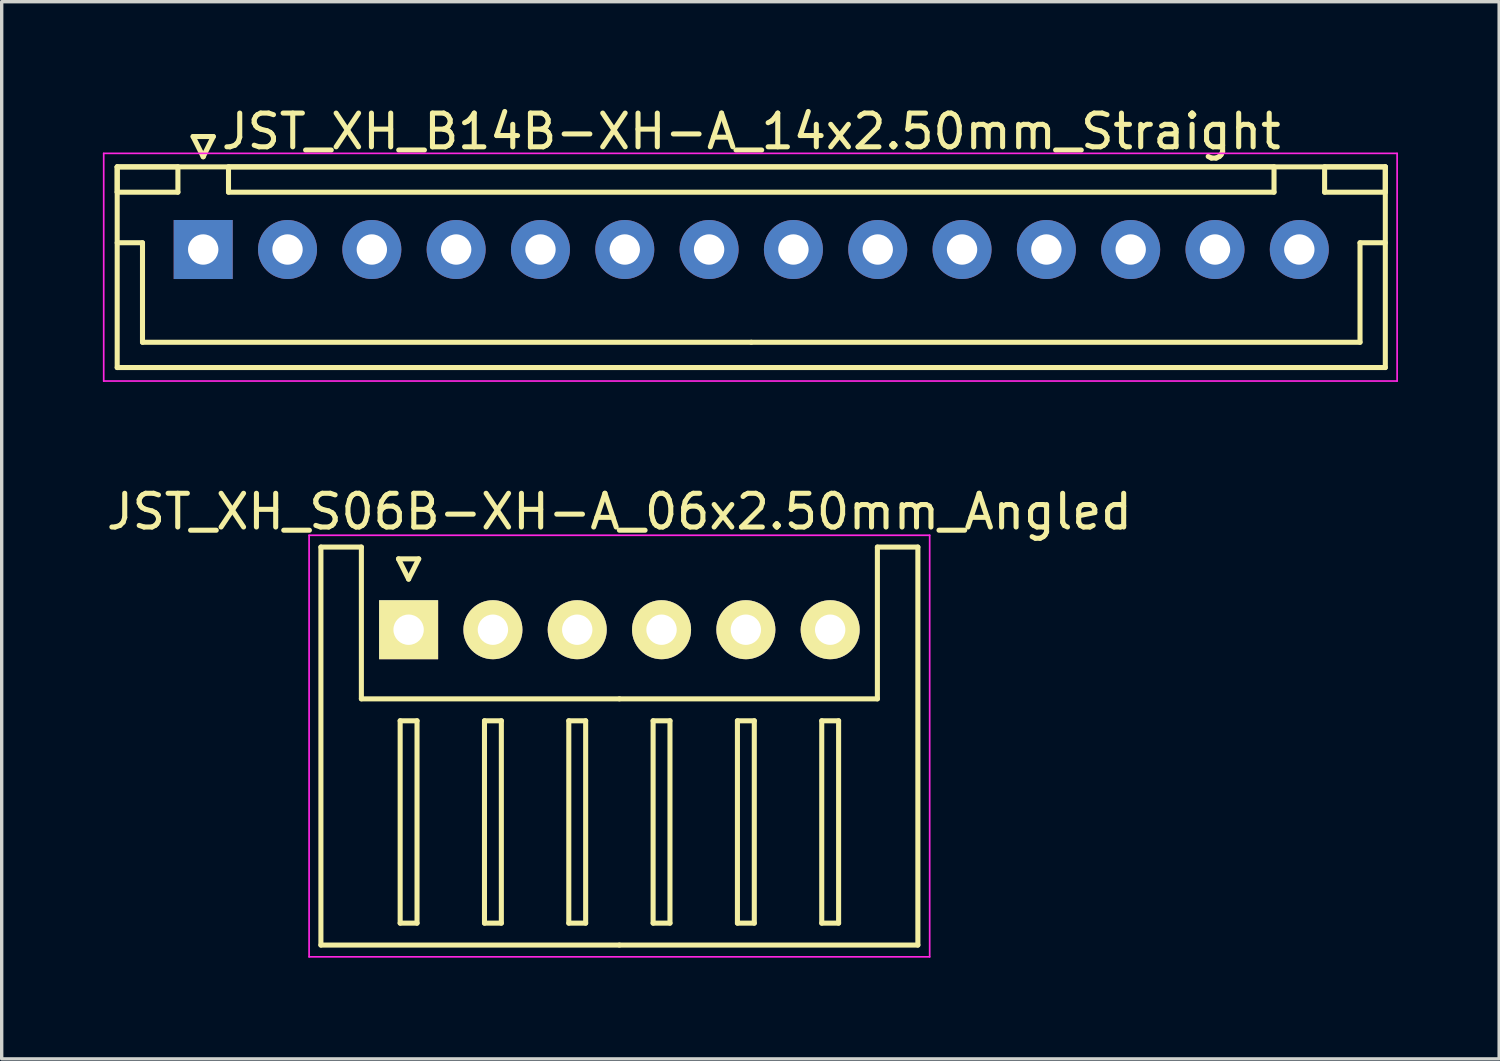
<source format=kicad_pcb>
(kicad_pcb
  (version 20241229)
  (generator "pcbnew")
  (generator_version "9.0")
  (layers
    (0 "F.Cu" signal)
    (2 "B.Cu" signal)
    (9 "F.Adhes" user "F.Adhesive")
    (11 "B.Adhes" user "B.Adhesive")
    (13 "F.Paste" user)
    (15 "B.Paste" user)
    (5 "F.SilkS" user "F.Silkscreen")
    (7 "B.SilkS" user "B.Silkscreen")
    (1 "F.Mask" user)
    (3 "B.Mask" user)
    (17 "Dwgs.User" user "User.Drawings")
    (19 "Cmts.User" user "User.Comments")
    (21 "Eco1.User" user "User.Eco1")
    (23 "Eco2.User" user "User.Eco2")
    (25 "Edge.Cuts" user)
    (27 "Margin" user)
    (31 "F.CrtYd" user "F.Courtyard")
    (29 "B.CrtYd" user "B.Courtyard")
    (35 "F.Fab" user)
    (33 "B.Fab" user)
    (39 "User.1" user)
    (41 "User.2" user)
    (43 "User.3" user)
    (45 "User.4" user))
  (footprint "JST_XH_S06B-XH-A_06x2.50mm_Angled"
    (layer "F.Cu")
    (at 9.065 15.621)
    (property "Reference" "JST_XH_S06B-XH-A_06x2.50mm_Angled" (at 6.25 -3.5 0) (layer "F.SilkS") (effects (font (size 1 1) (thickness 0.15))))
    (attr through_hole)
    (fp_line (start -2.6 -2.45) (end -1.4 -2.45) (stroke (width 0.15) (type solid)) (layer "F.SilkS"))
    (fp_line (start -2.6 9.35) (end -2.6 -2.45) (stroke (width 0.15) (type solid)) (layer "F.SilkS"))
    (fp_line (start -1.4 -2.45) (end -1.4 2.05) (stroke (width 0.15) (type solid)) (layer "F.SilkS"))
    (fp_line (start -1.4 2.05) (end 6.25 2.05) (stroke (width 0.15) (type solid)) (layer "F.SilkS"))
    (fp_line (start -0.3 -2.1) (end 0.3 -2.1) (stroke (width 0.15) (type solid)) (layer "F.SilkS"))
    (fp_line (start -0.25 2.7) (end -0.25 8.7) (stroke (width 0.15) (type solid)) (layer "F.SilkS"))
    (fp_line (start -0.25 8.7) (end 0.25 8.7) (stroke (width 0.15) (type solid)) (layer "F.SilkS"))
    (fp_line (start 0 -1.5) (end -0.3 -2.1) (stroke (width 0.15) (type solid)) (layer "F.SilkS"))
    (fp_line (start 0.25 2.7) (end -0.25 2.7) (stroke (width 0.15) (type solid)) (layer "F.SilkS"))
    (fp_line (start 0.25 8.7) (end 0.25 2.7) (stroke (width 0.15) (type solid)) (layer "F.SilkS"))
    (fp_line (start 0.3 -2.1) (end 0 -1.5) (stroke (width 0.15) (type solid)) (layer "F.SilkS"))
    (fp_line (start 2.25 2.7) (end 2.25 8.7) (stroke (width 0.15) (type solid)) (layer "F.SilkS"))
    (fp_line (start 2.25 8.7) (end 2.75 8.7) (stroke (width 0.15) (type solid)) (layer "F.SilkS"))
    (fp_line (start 2.75 2.7) (end 2.25 2.7) (stroke (width 0.15) (type solid)) (layer "F.SilkS"))
    (fp_line (start 2.75 8.7) (end 2.75 2.7) (stroke (width 0.15) (type solid)) (layer "F.SilkS"))
    (fp_line (start 4.75 2.7) (end 4.75 8.7) (stroke (width 0.15) (type solid)) (layer "F.SilkS"))
    (fp_line (start 4.75 8.7) (end 5.25 8.7) (stroke (width 0.15) (type solid)) (layer "F.SilkS"))
    (fp_line (start 5.25 2.7) (end 4.75 2.7) (stroke (width 0.15) (type solid)) (layer "F.SilkS"))
    (fp_line (start 5.25 8.7) (end 5.25 2.7) (stroke (width 0.15) (type solid)) (layer "F.SilkS"))
    (fp_line (start 6.25 9.35) (end -2.6 9.35) (stroke (width 0.15) (type solid)) (layer "F.SilkS"))
    (fp_line (start 6.25 9.35) (end 15.1 9.35) (stroke (width 0.15) (type solid)) (layer "F.SilkS"))
    (fp_line (start 7.25 2.7) (end 7.25 8.7) (stroke (width 0.15) (type solid)) (layer "F.SilkS"))
    (fp_line (start 7.25 8.7) (end 7.75 8.7) (stroke (width 0.15) (type solid)) (layer "F.SilkS"))
    (fp_line (start 7.75 2.7) (end 7.25 2.7) (stroke (width 0.15) (type solid)) (layer "F.SilkS"))
    (fp_line (start 7.75 8.7) (end 7.75 2.7) (stroke (width 0.15) (type solid)) (layer "F.SilkS"))
    (fp_line (start 9.75 2.7) (end 9.75 8.7) (stroke (width 0.15) (type solid)) (layer "F.SilkS"))
    (fp_line (start 9.75 8.7) (end 10.25 8.7) (stroke (width 0.15) (type solid)) (layer "F.SilkS"))
    (fp_line (start 10.25 2.7) (end 9.75 2.7) (stroke (width 0.15) (type solid)) (layer "F.SilkS"))
    (fp_line (start 10.25 8.7) (end 10.25 2.7) (stroke (width 0.15) (type solid)) (layer "F.SilkS"))
    (fp_line (start 12.25 2.7) (end 12.25 8.7) (stroke (width 0.15) (type solid)) (layer "F.SilkS"))
    (fp_line (start 12.25 8.7) (end 12.75 8.7) (stroke (width 0.15) (type solid)) (layer "F.SilkS"))
    (fp_line (start 12.75 2.7) (end 12.25 2.7) (stroke (width 0.15) (type solid)) (layer "F.SilkS"))
    (fp_line (start 12.75 8.7) (end 12.75 2.7) (stroke (width 0.15) (type solid)) (layer "F.SilkS"))
    (fp_line (start 13.9 -2.45) (end 13.9 2.05) (stroke (width 0.15) (type solid)) (layer "F.SilkS"))
    (fp_line (start 13.9 2.05) (end 6.25 2.05) (stroke (width 0.15) (type solid)) (layer "F.SilkS"))
    (fp_line (start 15.1 -2.45) (end 13.9 -2.45) (stroke (width 0.15) (type solid)) (layer "F.SilkS"))
    (fp_line (start 15.1 9.35) (end 15.1 -2.45) (stroke (width 0.15) (type solid)) (layer "F.SilkS"))
    (fp_line (start -2.95 -2.8) (end -2.95 9.7) (stroke (width 0.05) (type solid)) (layer "F.CrtYd"))
    (fp_line (start -2.95 9.7) (end 15.45 9.7) (stroke (width 0.05) (type solid)) (layer "F.CrtYd"))
    (fp_line (start 15.45 -2.8) (end -2.95 -2.8) (stroke (width 0.05) (type solid)) (layer "F.CrtYd"))
    (fp_line (start 15.45 9.7) (end 15.45 -2.8) (stroke (width 0.05) (type solid)) (layer "F.CrtYd"))
    (pad "1" thru_hole rect (at 0 0) (size 1.75 1.75) (drill 0.9) (layers "*.Cu" "*.Mask" "F.SilkS"))
    (pad "2" thru_hole circle (at 2.5 0) (size 1.75 1.75) (drill 0.9) (layers "*.Cu" "*.Mask" "F.SilkS"))
    (pad "3" thru_hole circle (at 5 0) (size 1.75 1.75) (drill 0.9) (layers "*.Cu" "*.Mask" "F.SilkS"))
    (pad "4" thru_hole circle (at 7.5 0) (size 1.75 1.75) (drill 0.9) (layers "*.Cu" "*.Mask" "F.SilkS"))
    (pad "5" thru_hole circle (at 10 0) (size 1.75 1.75) (drill 0.9) (layers "*.Cu" "*.Mask" "F.SilkS"))
    (pad "6" thru_hole circle (at 12.5 0) (size 1.75 1.75) (drill 0.9) (layers "*.Cu" "*.Mask" "F.SilkS")))
  (footprint "JST_XH_B14B-XH-A_14x2.50mm_Straight"
    (layer "F.Cu")
    (at 2.975 4.348)
    (property "Reference" "JST_XH_B14B-XH-A_14x2.50mm_Straight" (at 16.25 -3.5 0) (layer "F.SilkS") (effects (font (size 1 1) (thickness 0.15))))
    (attr through_hole)
    (fp_line (start -2.55 -2.45) (end -2.55 -1.7) (stroke (width 0.15) (type solid)) (layer "F.SilkS"))
    (fp_line (start -2.55 -2.45) (end -2.55 3.5) (stroke (width 0.15) (type solid)) (layer "F.SilkS"))
    (fp_line (start -2.55 -1.7) (end -0.75 -1.7) (stroke (width 0.15) (type solid)) (layer "F.SilkS"))
    (fp_line (start -2.55 -0.2) (end -1.8 -0.2) (stroke (width 0.15) (type solid)) (layer "F.SilkS"))
    (fp_line (start -2.55 3.5) (end 35.05 3.5) (stroke (width 0.15) (type solid)) (layer "F.SilkS"))
    (fp_line (start -1.8 -0.2) (end -1.8 2.75) (stroke (width 0.15) (type solid)) (layer "F.SilkS"))
    (fp_line (start -1.8 2.75) (end 16.25 2.75) (stroke (width 0.15) (type solid)) (layer "F.SilkS"))
    (fp_line (start -0.75 -2.45) (end -2.55 -2.45) (stroke (width 0.15) (type solid)) (layer "F.SilkS"))
    (fp_line (start -0.75 -1.7) (end -0.75 -2.45) (stroke (width 0.15) (type solid)) (layer "F.SilkS"))
    (fp_line (start -0.3 -3.35) (end 0.3 -3.35) (stroke (width 0.15) (type solid)) (layer "F.SilkS"))
    (fp_line (start 0 -2.75) (end -0.3 -3.35) (stroke (width 0.15) (type solid)) (layer "F.SilkS"))
    (fp_line (start 0.3 -3.35) (end 0 -2.75) (stroke (width 0.15) (type solid)) (layer "F.SilkS"))
    (fp_line (start 0.75 -2.45) (end 0.75 -1.7) (stroke (width 0.15) (type solid)) (layer "F.SilkS"))
    (fp_line (start 0.75 -1.7) (end 31.75 -1.7) (stroke (width 0.15) (type solid)) (layer "F.SilkS"))
    (fp_line (start 31.75 -2.45) (end 0.75 -2.45) (stroke (width 0.15) (type solid)) (layer "F.SilkS"))
    (fp_line (start 31.75 -1.7) (end 31.75 -2.45) (stroke (width 0.15) (type solid)) (layer "F.SilkS"))
    (fp_line (start 33.25 -2.45) (end 33.25 -1.7) (stroke (width 0.15) (type solid)) (layer "F.SilkS"))
    (fp_line (start 33.25 -1.7) (end 35.05 -1.7) (stroke (width 0.15) (type solid)) (layer "F.SilkS"))
    (fp_line (start 34.3 -0.2) (end 34.3 2.75) (stroke (width 0.15) (type solid)) (layer "F.SilkS"))
    (fp_line (start 34.3 2.75) (end 16.25 2.75) (stroke (width 0.15) (type solid)) (layer "F.SilkS"))
    (fp_line (start 35.05 -2.45) (end -2.55 -2.45) (stroke (width 0.15) (type solid)) (layer "F.SilkS"))
    (fp_line (start 35.05 -2.45) (end 33.25 -2.45) (stroke (width 0.15) (type solid)) (layer "F.SilkS"))
    (fp_line (start 35.05 -1.7) (end 35.05 -2.45) (stroke (width 0.15) (type solid)) (layer "F.SilkS"))
    (fp_line (start 35.05 -0.2) (end 34.3 -0.2) (stroke (width 0.15) (type solid)) (layer "F.SilkS"))
    (fp_line (start 35.05 3.5) (end 35.05 -2.45) (stroke (width 0.15) (type solid)) (layer "F.SilkS"))
    (fp_line (start -2.95 -2.85) (end -2.95 3.9) (stroke (width 0.05) (type solid)) (layer "F.CrtYd"))
    (fp_line (start -2.95 3.9) (end 35.4 3.9) (stroke (width 0.05) (type solid)) (layer "F.CrtYd"))
    (fp_line (start 35.4 -2.85) (end -2.95 -2.85) (stroke (width 0.05) (type solid)) (layer "F.CrtYd"))
    (fp_line (start 35.4 3.9) (end 35.4 -2.85) (stroke (width 0.05) (type solid)) (layer "F.CrtYd"))
    (pad "1" thru_hole rect (at 0 0) (size 1.75 1.75) (drill 0.9) (layers "*.Cu" "*.Mask"))
    (pad "2" thru_hole circle (at 2.5 0) (size 1.75 1.75) (drill 0.9) (layers "*.Cu" "*.Mask"))
    (pad "3" thru_hole circle (at 5 0) (size 1.75 1.75) (drill 0.9) (layers "*.Cu" "*.Mask"))
    (pad "4" thru_hole circle (at 7.5 0) (size 1.75 1.75) (drill 0.9) (layers "*.Cu" "*.Mask"))
    (pad "5" thru_hole circle (at 10 0) (size 1.75 1.75) (drill 0.9) (layers "*.Cu" "*.Mask"))
    (pad "6" thru_hole circle (at 12.5 0) (size 1.75 1.75) (drill 0.9) (layers "*.Cu" "*.Mask"))
    (pad "7" thru_hole circle (at 15 0) (size 1.75 1.75) (drill 0.9) (layers "*.Cu" "*.Mask"))
    (pad "8" thru_hole circle (at 17.5 0) (size 1.75 1.75) (drill 0.9) (layers "*.Cu" "*.Mask"))
    (pad "9" thru_hole circle (at 20 0) (size 1.75 1.75) (drill 0.9) (layers "*.Cu" "*.Mask"))
    (pad "10" thru_hole circle (at 22.5 0) (size 1.75 1.75) (drill 0.9) (layers "*.Cu" "*.Mask"))
    (pad "11" thru_hole circle (at 25 0) (size 1.75 1.75) (drill 0.9) (layers "*.Cu" "*.Mask"))
    (pad "12" thru_hole circle (at 27.5 0) (size 1.75 1.75) (drill 0.9) (layers "*.Cu" "*.Mask"))
    (pad "13" thru_hole circle (at 30 0) (size 1.75 1.75) (drill 0.9) (layers "*.Cu" "*.Mask"))
    (pad "14" thru_hole circle (at 32.5 0) (size 1.75 1.75) (drill 0.9) (layers "*.Cu" "*.Mask")))
  (gr_rect
    (start -3 -3)
    (end 41.4 28.346)
    (stroke (width 0.1) (type default))
    (fill no)
    (layer "Edge.Cuts")))
</source>
